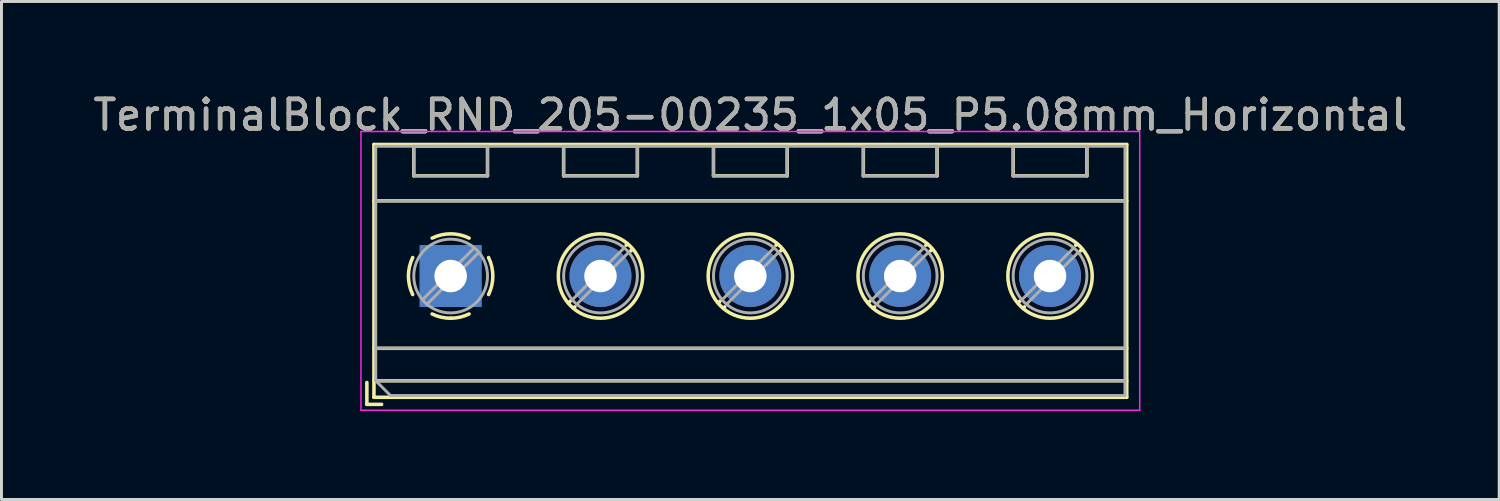
<source format=kicad_pcb>
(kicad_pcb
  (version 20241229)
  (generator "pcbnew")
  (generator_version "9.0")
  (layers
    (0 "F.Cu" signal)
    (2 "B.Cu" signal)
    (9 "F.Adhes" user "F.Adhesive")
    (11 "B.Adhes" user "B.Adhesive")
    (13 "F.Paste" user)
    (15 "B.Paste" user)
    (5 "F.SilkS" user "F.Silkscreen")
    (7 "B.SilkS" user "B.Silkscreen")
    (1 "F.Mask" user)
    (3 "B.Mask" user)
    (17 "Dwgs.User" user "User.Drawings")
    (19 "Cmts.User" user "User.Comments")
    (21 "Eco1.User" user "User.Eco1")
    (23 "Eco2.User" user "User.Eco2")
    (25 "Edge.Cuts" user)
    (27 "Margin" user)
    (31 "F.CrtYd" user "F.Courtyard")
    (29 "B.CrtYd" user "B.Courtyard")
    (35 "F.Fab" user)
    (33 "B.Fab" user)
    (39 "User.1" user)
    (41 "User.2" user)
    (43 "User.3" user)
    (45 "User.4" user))
  (footprint "TerminalBlock_RND_205-00235_1x05_P5.08mm_Horizontal"
    (layer "F.Cu")
    (at 12.227 6.308)
    (property "Reference" "TerminalBlock_RND_205-00235_1x05_P5.08mm_Horizontal" (at 10.16 -5.46 0) (layer "F.SilkS") (effects (font (size 1 1) (thickness 0.15))))
    (attr through_hole)
    (fp_line (start -2.84 3.61) (end -2.84 4.35) (stroke (width 0.12) (type solid)) (layer "F.SilkS"))
    (fp_line (start -2.84 4.35) (end -2.34 4.35) (stroke (width 0.12) (type solid)) (layer "F.SilkS"))
    (fp_line (start -2.6 -4.46) (end -2.6 4.11) (stroke (width 0.12) (type solid)) (layer "F.SilkS"))
    (fp_line (start -2.6 -4.46) (end 22.92 -4.46) (stroke (width 0.12) (type solid)) (layer "F.SilkS"))
    (fp_line (start -2.6 -2.55) (end 22.92 -2.55) (stroke (width 0.12) (type solid)) (layer "F.SilkS"))
    (fp_line (start -2.6 2.45) (end 22.92 2.45) (stroke (width 0.12) (type solid)) (layer "F.SilkS"))
    (fp_line (start -2.6 3.55) (end 22.92 3.55) (stroke (width 0.12) (type solid)) (layer "F.SilkS"))
    (fp_line (start -2.6 4.11) (end 22.92 4.11) (stroke (width 0.12) (type solid)) (layer "F.SilkS"))
    (fp_line (start -1.25 -4.4) (end -1.25 -3.4) (stroke (width 0.12) (type solid)) (layer "F.SilkS"))
    (fp_line (start -1.25 -4.4) (end 1.25 -4.4) (stroke (width 0.12) (type solid)) (layer "F.SilkS"))
    (fp_line (start -1.25 -3.4) (end 1.25 -3.4) (stroke (width 0.12) (type solid)) (layer "F.SilkS"))
    (fp_line (start 1.25 -4.4) (end 1.25 -3.4) (stroke (width 0.12) (type solid)) (layer "F.SilkS"))
    (fp_line (start 3.83 -4.4) (end 3.83 -3.4) (stroke (width 0.12) (type solid)) (layer "F.SilkS"))
    (fp_line (start 3.83 -4.4) (end 6.33 -4.4) (stroke (width 0.12) (type solid)) (layer "F.SilkS"))
    (fp_line (start 3.83 -3.4) (end 6.33 -3.4) (stroke (width 0.12) (type solid)) (layer "F.SilkS"))
    (fp_line (start 4.056 0.85) (end 3.996 0.91) (stroke (width 0.12) (type solid)) (layer "F.SilkS"))
    (fp_line (start 4.21 1.045) (end 4.17 1.085) (stroke (width 0.12) (type solid)) (layer "F.SilkS"))
    (fp_line (start 5.991 -1.085) (end 5.951 -1.045) (stroke (width 0.12) (type solid)) (layer "F.SilkS"))
    (fp_line (start 6.165 -0.91) (end 6.105 -0.851) (stroke (width 0.12) (type solid)) (layer "F.SilkS"))
    (fp_line (start 6.33 -4.4) (end 6.33 -3.4) (stroke (width 0.12) (type solid)) (layer "F.SilkS"))
    (fp_line (start 8.91 -4.4) (end 8.91 -3.4) (stroke (width 0.12) (type solid)) (layer "F.SilkS"))
    (fp_line (start 8.91 -4.4) (end 11.41 -4.4) (stroke (width 0.12) (type solid)) (layer "F.SilkS"))
    (fp_line (start 8.91 -3.4) (end 11.41 -3.4) (stroke (width 0.12) (type solid)) (layer "F.SilkS"))
    (fp_line (start 9.136 0.85) (end 9.076 0.91) (stroke (width 0.12) (type solid)) (layer "F.SilkS"))
    (fp_line (start 9.29 1.045) (end 9.25 1.085) (stroke (width 0.12) (type solid)) (layer "F.SilkS"))
    (fp_line (start 11.071 -1.085) (end 11.031 -1.045) (stroke (width 0.12) (type solid)) (layer "F.SilkS"))
    (fp_line (start 11.245 -0.91) (end 11.185 -0.851) (stroke (width 0.12) (type solid)) (layer "F.SilkS"))
    (fp_line (start 11.41 -4.4) (end 11.41 -3.4) (stroke (width 0.12) (type solid)) (layer "F.SilkS"))
    (fp_line (start 13.99 -4.4) (end 13.99 -3.4) (stroke (width 0.12) (type solid)) (layer "F.SilkS"))
    (fp_line (start 13.99 -4.4) (end 16.49 -4.4) (stroke (width 0.12) (type solid)) (layer "F.SilkS"))
    (fp_line (start 13.99 -3.4) (end 16.49 -3.4) (stroke (width 0.12) (type solid)) (layer "F.SilkS"))
    (fp_line (start 14.216 0.85) (end 14.156 0.91) (stroke (width 0.12) (type solid)) (layer "F.SilkS"))
    (fp_line (start 14.37 1.045) (end 14.33 1.085) (stroke (width 0.12) (type solid)) (layer "F.SilkS"))
    (fp_line (start 16.151 -1.085) (end 16.111 -1.045) (stroke (width 0.12) (type solid)) (layer "F.SilkS"))
    (fp_line (start 16.325 -0.91) (end 16.265 -0.851) (stroke (width 0.12) (type solid)) (layer "F.SilkS"))
    (fp_line (start 16.49 -4.4) (end 16.49 -3.4) (stroke (width 0.12) (type solid)) (layer "F.SilkS"))
    (fp_line (start 19.07 -4.4) (end 19.07 -3.4) (stroke (width 0.12) (type solid)) (layer "F.SilkS"))
    (fp_line (start 19.07 -4.4) (end 21.57 -4.4) (stroke (width 0.12) (type solid)) (layer "F.SilkS"))
    (fp_line (start 19.07 -3.4) (end 21.57 -3.4) (stroke (width 0.12) (type solid)) (layer "F.SilkS"))
    (fp_line (start 19.296 0.85) (end 19.236 0.91) (stroke (width 0.12) (type solid)) (layer "F.SilkS"))
    (fp_line (start 19.45 1.045) (end 19.41 1.085) (stroke (width 0.12) (type solid)) (layer "F.SilkS"))
    (fp_line (start 21.231 -1.085) (end 21.191 -1.045) (stroke (width 0.12) (type solid)) (layer "F.SilkS"))
    (fp_line (start 21.405 -0.91) (end 21.345 -0.851) (stroke (width 0.12) (type solid)) (layer "F.SilkS"))
    (fp_line (start 21.57 -4.4) (end 21.57 -3.4) (stroke (width 0.12) (type solid)) (layer "F.SilkS"))
    (fp_line (start 22.92 -4.46) (end 22.92 4.11) (stroke (width 0.12) (type solid)) (layer "F.SilkS"))
    (fp_arc (start -1.286611 0.626746) (mid -1.431146 -0.000697) (end -1.286 -0.628) (stroke (width 0.12) (type solid)) (layer "F.SilkS"))
    (fp_arc (start -0.627362 -1.285823) (mid -0.000201 -1.430707) (end 0.627 -1.286) (stroke (width 0.12) (type solid)) (layer "F.SilkS"))
    (fp_arc (start 0.02428 1.43094) (mid -0.310437 1.397071) (end -0.628 1.286) (stroke (width 0.12) (type solid)) (layer "F.SilkS"))
    (fp_arc (start 0.626871 1.285275) (mid 0.32168 1.393349) (end 0 1.43) (stroke (width 0.12) (type solid)) (layer "F.SilkS"))
    (fp_arc (start 1.285823 -0.627362) (mid 1.430707 -0.000201) (end 1.286 0.627) (stroke (width 0.12) (type solid)) (layer "F.SilkS"))
    (fp_circle (center 5.08 0) (end 6.51 0) (stroke (width 0.12) (type solid)) (fill no) (layer "F.SilkS"))
    (fp_circle (center 10.16 0) (end 11.59 0) (stroke (width 0.12) (type solid)) (fill no) (layer "F.SilkS"))
    (fp_circle (center 15.24 0) (end 16.67 0) (stroke (width 0.12) (type solid)) (fill no) (layer "F.SilkS"))
    (fp_circle (center 20.32 0) (end 21.75 0) (stroke (width 0.12) (type solid)) (fill no) (layer "F.SilkS"))
    (fp_line (start -3.04 -4.9) (end -3.04 4.55) (stroke (width 0.05) (type solid)) (layer "F.CrtYd"))
    (fp_line (start -3.04 4.55) (end 23.36 4.55) (stroke (width 0.05) (type solid)) (layer "F.CrtYd"))
    (fp_line (start 23.36 -4.9) (end -3.04 -4.9) (stroke (width 0.05) (type solid)) (layer "F.CrtYd"))
    (fp_line (start 23.36 4.55) (end 23.36 -4.9) (stroke (width 0.05) (type solid)) (layer "F.CrtYd"))
    (fp_line (start -2.54 -4.4) (end 22.86 -4.4) (stroke (width 0.1) (type solid)) (layer "F.Fab"))
    (fp_line (start -2.54 -2.55) (end 22.86 -2.55) (stroke (width 0.1) (type solid)) (layer "F.Fab"))
    (fp_line (start -2.54 2.45) (end 22.86 2.45) (stroke (width 0.1) (type solid)) (layer "F.Fab"))
    (fp_line (start -2.54 3.55) (end -2.54 -4.4) (stroke (width 0.1) (type solid)) (layer "F.Fab"))
    (fp_line (start -2.54 3.55) (end 22.86 3.55) (stroke (width 0.1) (type solid)) (layer "F.Fab"))
    (fp_line (start -2.04 4.05) (end -2.54 3.55) (stroke (width 0.1) (type solid)) (layer "F.Fab"))
    (fp_line (start -1.25 -4.4) (end -1.25 -3.4) (stroke (width 0.1) (type solid)) (layer "F.Fab"))
    (fp_line (start -1.25 -3.4) (end 1.25 -3.4) (stroke (width 0.1) (type solid)) (layer "F.Fab"))
    (fp_line (start 0.796 -0.948) (end -0.949 0.796) (stroke (width 0.1) (type solid)) (layer "F.Fab"))
    (fp_line (start 0.949 -0.796) (end -0.796 0.948) (stroke (width 0.1) (type solid)) (layer "F.Fab"))
    (fp_line (start 1.25 -4.4) (end -1.25 -4.4) (stroke (width 0.1) (type solid)) (layer "F.Fab"))
    (fp_line (start 1.25 -3.4) (end 1.25 -4.4) (stroke (width 0.1) (type solid)) (layer "F.Fab"))
    (fp_line (start 3.83 -4.4) (end 3.83 -3.4) (stroke (width 0.1) (type solid)) (layer "F.Fab"))
    (fp_line (start 3.83 -3.4) (end 6.33 -3.4) (stroke (width 0.1) (type solid)) (layer "F.Fab"))
    (fp_line (start 5.876 -0.948) (end 4.132 0.796) (stroke (width 0.1) (type solid)) (layer "F.Fab"))
    (fp_line (start 6.029 -0.796) (end 4.285 0.948) (stroke (width 0.1) (type solid)) (layer "F.Fab"))
    (fp_line (start 6.33 -4.4) (end 3.83 -4.4) (stroke (width 0.1) (type solid)) (layer "F.Fab"))
    (fp_line (start 6.33 -3.4) (end 6.33 -4.4) (stroke (width 0.1) (type solid)) (layer "F.Fab"))
    (fp_line (start 8.91 -4.4) (end 8.91 -3.4) (stroke (width 0.1) (type solid)) (layer "F.Fab"))
    (fp_line (start 8.91 -3.4) (end 11.41 -3.4) (stroke (width 0.1) (type solid)) (layer "F.Fab"))
    (fp_line (start 10.956 -0.948) (end 9.212 0.796) (stroke (width 0.1) (type solid)) (layer "F.Fab"))
    (fp_line (start 11.109 -0.796) (end 9.365 0.948) (stroke (width 0.1) (type solid)) (layer "F.Fab"))
    (fp_line (start 11.41 -4.4) (end 8.91 -4.4) (stroke (width 0.1) (type solid)) (layer "F.Fab"))
    (fp_line (start 11.41 -3.4) (end 11.41 -4.4) (stroke (width 0.1) (type solid)) (layer "F.Fab"))
    (fp_line (start 13.99 -4.4) (end 13.99 -3.4) (stroke (width 0.1) (type solid)) (layer "F.Fab"))
    (fp_line (start 13.99 -3.4) (end 16.49 -3.4) (stroke (width 0.1) (type solid)) (layer "F.Fab"))
    (fp_line (start 16.036 -0.948) (end 14.292 0.796) (stroke (width 0.1) (type solid)) (layer "F.Fab"))
    (fp_line (start 16.189 -0.796) (end 14.445 0.948) (stroke (width 0.1) (type solid)) (layer "F.Fab"))
    (fp_line (start 16.49 -4.4) (end 13.99 -4.4) (stroke (width 0.1) (type solid)) (layer "F.Fab"))
    (fp_line (start 16.49 -3.4) (end 16.49 -4.4) (stroke (width 0.1) (type solid)) (layer "F.Fab"))
    (fp_line (start 19.07 -4.4) (end 19.07 -3.4) (stroke (width 0.1) (type solid)) (layer "F.Fab"))
    (fp_line (start 19.07 -3.4) (end 21.57 -3.4) (stroke (width 0.1) (type solid)) (layer "F.Fab"))
    (fp_line (start 21.116 -0.948) (end 19.372 0.796) (stroke (width 0.1) (type solid)) (layer "F.Fab"))
    (fp_line (start 21.269 -0.796) (end 19.525 0.948) (stroke (width 0.1) (type solid)) (layer "F.Fab"))
    (fp_line (start 21.57 -4.4) (end 19.07 -4.4) (stroke (width 0.1) (type solid)) (layer "F.Fab"))
    (fp_line (start 21.57 -3.4) (end 21.57 -4.4) (stroke (width 0.1) (type solid)) (layer "F.Fab"))
    (fp_line (start 22.86 -4.4) (end 22.86 4.05) (stroke (width 0.1) (type solid)) (layer "F.Fab"))
    (fp_line (start 22.86 4.05) (end -2.04 4.05) (stroke (width 0.1) (type solid)) (layer "F.Fab"))
    (fp_circle (center 0 0) (end 1.25 0) (stroke (width 0.1) (type solid)) (fill no) (layer "F.Fab"))
    (fp_circle (center 5.08 0) (end 6.33 0) (stroke (width 0.1) (type solid)) (fill no) (layer "F.Fab"))
    (fp_circle (center 10.16 0) (end 11.41 0) (stroke (width 0.1) (type solid)) (fill no) (layer "F.Fab"))
    (fp_circle (center 15.24 0) (end 16.49 0) (stroke (width 0.1) (type solid)) (fill no) (layer "F.Fab"))
    (fp_circle (center 20.32 0) (end 21.57 0) (stroke (width 0.1) (type solid)) (fill no) (layer "F.Fab"))
    (fp_text user "${REFERENCE}" (at 10.16 -5.46 0) (layer "F.Fab") (effects (font (size 1 1) (thickness 0.15))))
    (pad "1" thru_hole rect (at 0 0) (size 2.1 2.1) (drill 1.1) (layers "*.Cu" "*.Mask"))
    (pad "2" thru_hole circle (at 5.08 0) (size 2.1 2.1) (drill 1.1) (layers "*.Cu" "*.Mask"))
    (pad "3" thru_hole circle (at 10.16 0) (size 2.1 2.1) (drill 1.1) (layers "*.Cu" "*.Mask"))
    (pad "4" thru_hole circle (at 15.24 0) (size 2.1 2.1) (drill 1.1) (layers "*.Cu" "*.Mask"))
    (pad "5" thru_hole circle (at 20.32 0) (size 2.1 2.1) (drill 1.1) (layers "*.Cu" "*.Mask")))
  (gr_rect
    (start -3 -3)
    (end 47.774 13.883)
    (stroke (width 0.1) (type default))
    (fill no)
    (layer "Edge.Cuts")))
</source>
